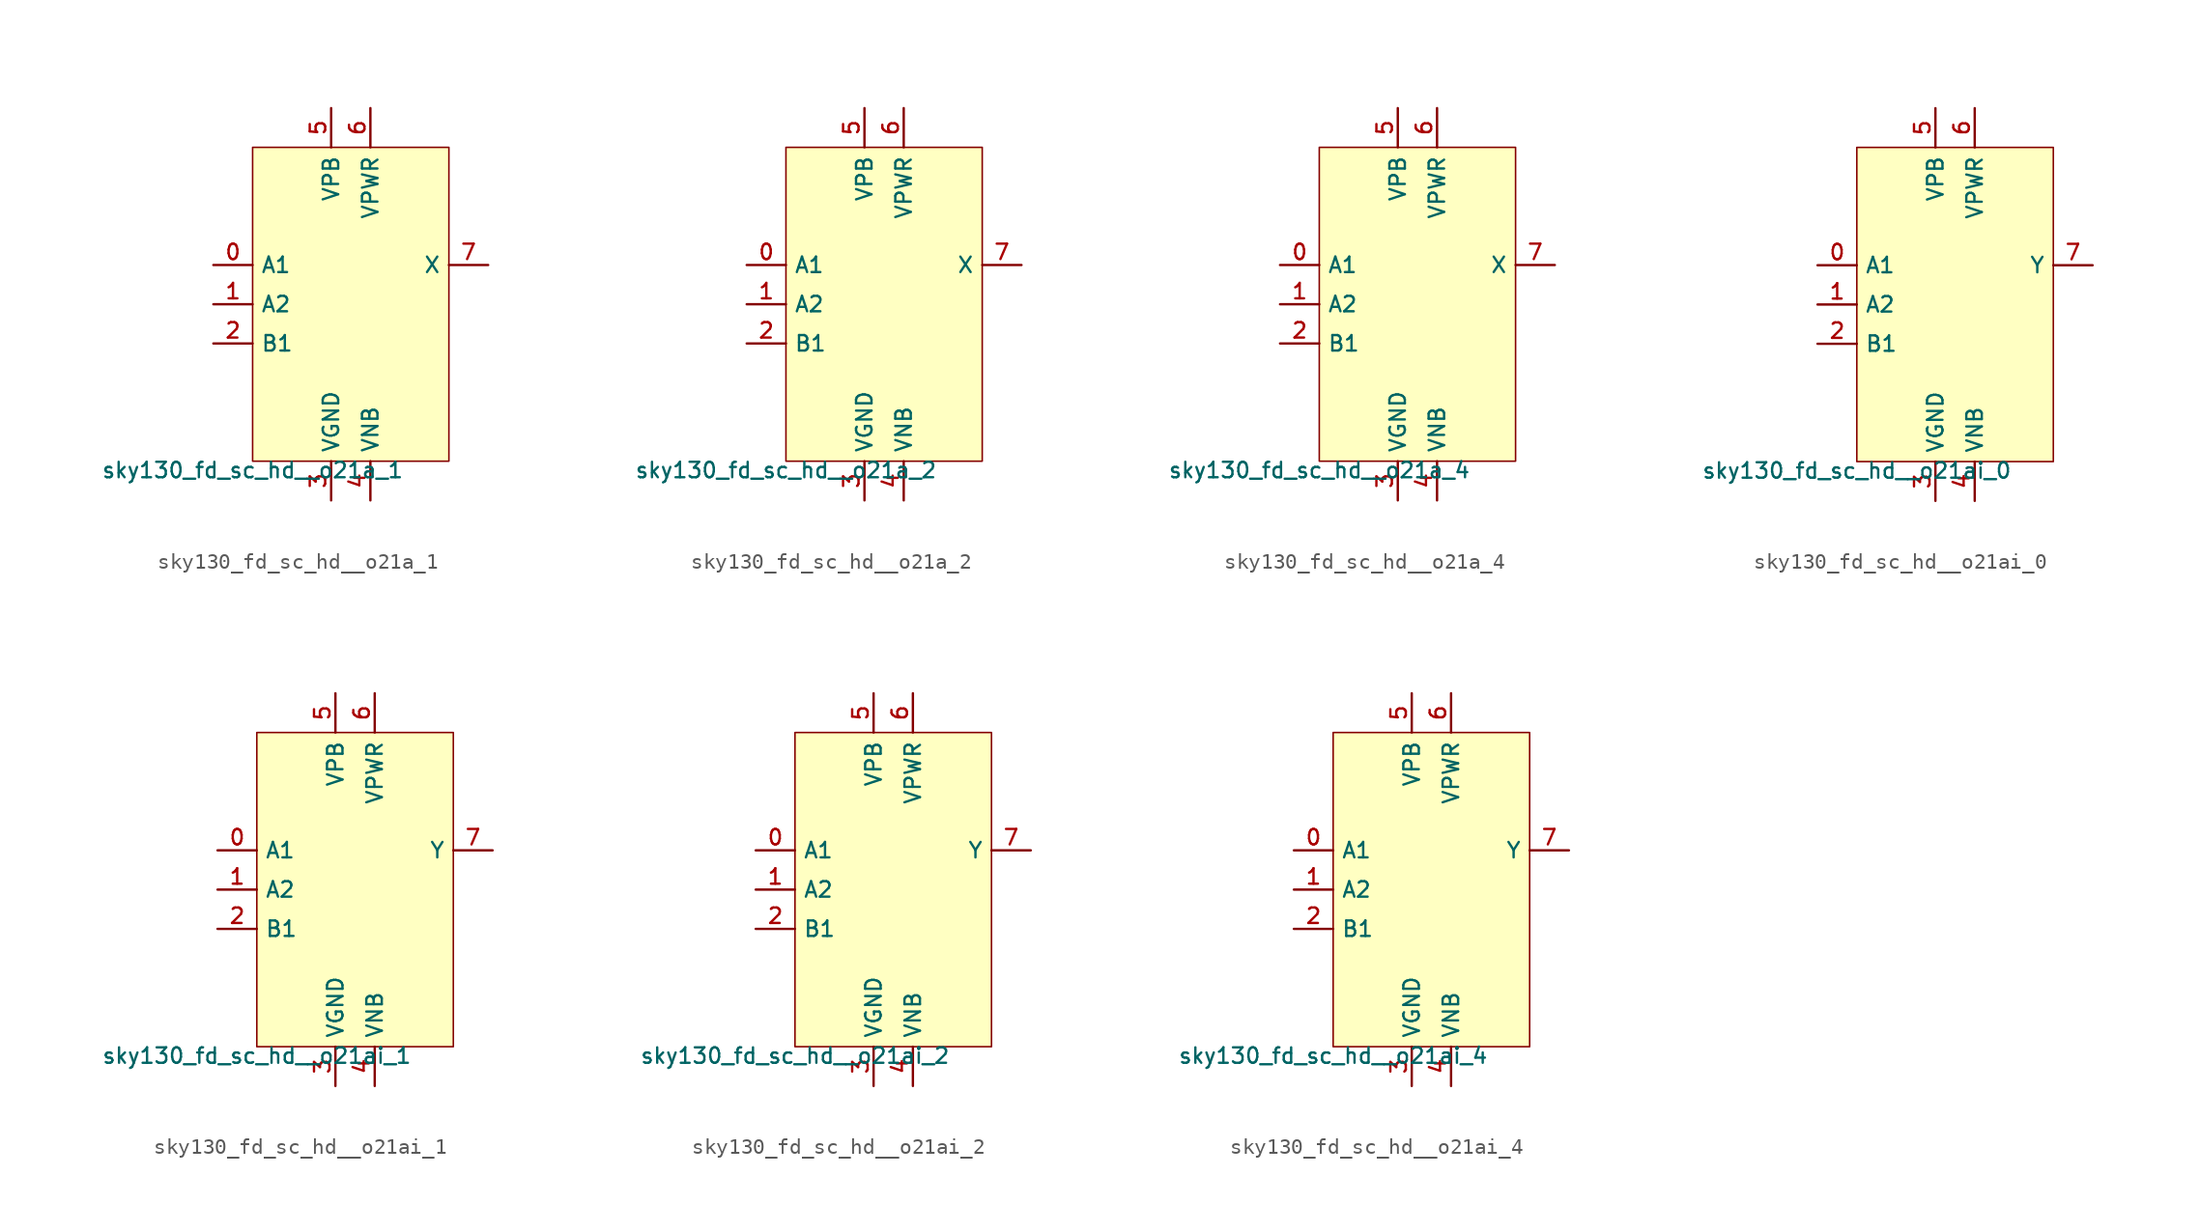
<source format=kicad_sym>
(kicad_symbol_lib
  (version 20211014)
  (generator lef2kicad_sym)
  (symbol "sky130_fd_sc_hd__o21a_1"
    (property "Reference" "X"
      (at 0 0 0)
      (effects (font (size 1 1)) hide))
    (property "Value" "sky130_fd_sc_hd__o21a_1"
      (at -6.35 -10.16 0)
      (effects (font (size 1 1)) (justify top)))
    (rectangle
      (start -6.35 -10.16)
      (end 6.35 10.16)
      (stroke (width 0.1) (type solid) (color 0 0 0 0))
      (fill (type background)))
    (pin input line
      (at -8.89 2.54 0)
      (length 2.54)
      (name "A1" (effects (font (size 1 1)) hide))
      (number "0" (effects (font (size 1 1)) hide)))
    (pin input line
      (at -8.89 0.0 0)
      (length 2.54)
      (name "A2" (effects (font (size 1 1)) hide))
      (number "1" (effects (font (size 1 1)) hide)))
    (pin input line
      (at -8.89 -2.54 0)
      (length 2.54)
      (name "B1" (effects (font (size 1 1)) hide))
      (number "2" (effects (font (size 1 1)) hide)))
    (pin power_in line
      (at -1.27 -12.7 90)
      (length 2.54)
      (name "VGND" (effects (font (size 1 1)) hide))
      (number "3" (effects (font (size 1 1)) hide)))
    (pin power_in line
      (at 1.27 -12.7 90)
      (length 2.54)
      (name "VNB" (effects (font (size 1 1)) hide))
      (number "4" (effects (font (size 1 1)) hide)))
    (pin power_in line
      (at -1.27 12.7 270)
      (length 2.54)
      (name "VPB" (effects (font (size 1 1)) hide))
      (number "5" (effects (font (size 1 1)) hide)))
    (pin power_in line
      (at 1.27 12.7 270)
      (length 2.54)
      (name "VPWR" (effects (font (size 1 1)) hide))
      (number "6" (effects (font (size 1 1)) hide)))
    (pin output line
      (at 8.89 2.54 180)
      (length 2.54)
      (name "X" (effects (font (size 1 1)) hide))
      (number "7" (effects (font (size 1 1)) hide))))
  (symbol "sky130_fd_sc_hd__o21a_2"
    (property "Reference" "X"
      (at 0 0 0)
      (effects (font (size 1 1)) hide))
    (property "Value" "sky130_fd_sc_hd__o21a_2"
      (at -6.35 -10.16 0)
      (effects (font (size 1 1)) (justify top)))
    (rectangle
      (start -6.35 -10.16)
      (end 6.35 10.16)
      (stroke (width 0.1) (type solid) (color 0 0 0 0))
      (fill (type background)))
    (pin input line
      (at -8.89 2.54 0)
      (length 2.54)
      (name "A1" (effects (font (size 1 1)) hide))
      (number "0" (effects (font (size 1 1)) hide)))
    (pin input line
      (at -8.89 0.0 0)
      (length 2.54)
      (name "A2" (effects (font (size 1 1)) hide))
      (number "1" (effects (font (size 1 1)) hide)))
    (pin input line
      (at -8.89 -2.54 0)
      (length 2.54)
      (name "B1" (effects (font (size 1 1)) hide))
      (number "2" (effects (font (size 1 1)) hide)))
    (pin power_in line
      (at -1.27 -12.7 90)
      (length 2.54)
      (name "VGND" (effects (font (size 1 1)) hide))
      (number "3" (effects (font (size 1 1)) hide)))
    (pin power_in line
      (at 1.27 -12.7 90)
      (length 2.54)
      (name "VNB" (effects (font (size 1 1)) hide))
      (number "4" (effects (font (size 1 1)) hide)))
    (pin power_in line
      (at -1.27 12.7 270)
      (length 2.54)
      (name "VPB" (effects (font (size 1 1)) hide))
      (number "5" (effects (font (size 1 1)) hide)))
    (pin power_in line
      (at 1.27 12.7 270)
      (length 2.54)
      (name "VPWR" (effects (font (size 1 1)) hide))
      (number "6" (effects (font (size 1 1)) hide)))
    (pin output line
      (at 8.89 2.54 180)
      (length 2.54)
      (name "X" (effects (font (size 1 1)) hide))
      (number "7" (effects (font (size 1 1)) hide))))
  (symbol "sky130_fd_sc_hd__o21a_4"
    (property "Reference" "X"
      (at 0 0 0)
      (effects (font (size 1 1)) hide))
    (property "Value" "sky130_fd_sc_hd__o21a_4"
      (at -6.35 -10.16 0)
      (effects (font (size 1 1)) (justify top)))
    (rectangle
      (start -6.35 -10.16)
      (end 6.35 10.16)
      (stroke (width 0.1) (type solid) (color 0 0 0 0))
      (fill (type background)))
    (pin input line
      (at -8.89 2.54 0)
      (length 2.54)
      (name "A1" (effects (font (size 1 1)) hide))
      (number "0" (effects (font (size 1 1)) hide)))
    (pin input line
      (at -8.89 0.0 0)
      (length 2.54)
      (name "A2" (effects (font (size 1 1)) hide))
      (number "1" (effects (font (size 1 1)) hide)))
    (pin input line
      (at -8.89 -2.54 0)
      (length 2.54)
      (name "B1" (effects (font (size 1 1)) hide))
      (number "2" (effects (font (size 1 1)) hide)))
    (pin power_in line
      (at -1.27 -12.7 90)
      (length 2.54)
      (name "VGND" (effects (font (size 1 1)) hide))
      (number "3" (effects (font (size 1 1)) hide)))
    (pin power_in line
      (at 1.27 -12.7 90)
      (length 2.54)
      (name "VNB" (effects (font (size 1 1)) hide))
      (number "4" (effects (font (size 1 1)) hide)))
    (pin power_in line
      (at -1.27 12.7 270)
      (length 2.54)
      (name "VPB" (effects (font (size 1 1)) hide))
      (number "5" (effects (font (size 1 1)) hide)))
    (pin power_in line
      (at 1.27 12.7 270)
      (length 2.54)
      (name "VPWR" (effects (font (size 1 1)) hide))
      (number "6" (effects (font (size 1 1)) hide)))
    (pin output line
      (at 8.89 2.54 180)
      (length 2.54)
      (name "X" (effects (font (size 1 1)) hide))
      (number "7" (effects (font (size 1 1)) hide))))
  (symbol "sky130_fd_sc_hd__o21ai_0"
    (property "Reference" "X"
      (at 0 0 0)
      (effects (font (size 1 1)) hide))
    (property "Value" "sky130_fd_sc_hd__o21ai_0"
      (at -6.35 -10.16 0)
      (effects (font (size 1 1)) (justify top)))
    (rectangle
      (start -6.35 -10.16)
      (end 6.35 10.16)
      (stroke (width 0.1) (type solid) (color 0 0 0 0))
      (fill (type background)))
    (pin input line
      (at -8.89 2.54 0)
      (length 2.54)
      (name "A1" (effects (font (size 1 1)) hide))
      (number "0" (effects (font (size 1 1)) hide)))
    (pin input line
      (at -8.89 0.0 0)
      (length 2.54)
      (name "A2" (effects (font (size 1 1)) hide))
      (number "1" (effects (font (size 1 1)) hide)))
    (pin input line
      (at -8.89 -2.54 0)
      (length 2.54)
      (name "B1" (effects (font (size 1 1)) hide))
      (number "2" (effects (font (size 1 1)) hide)))
    (pin power_in line
      (at -1.27 -12.7 90)
      (length 2.54)
      (name "VGND" (effects (font (size 1 1)) hide))
      (number "3" (effects (font (size 1 1)) hide)))
    (pin power_in line
      (at 1.27 -12.7 90)
      (length 2.54)
      (name "VNB" (effects (font (size 1 1)) hide))
      (number "4" (effects (font (size 1 1)) hide)))
    (pin power_in line
      (at -1.27 12.7 270)
      (length 2.54)
      (name "VPB" (effects (font (size 1 1)) hide))
      (number "5" (effects (font (size 1 1)) hide)))
    (pin power_in line
      (at 1.27 12.7 270)
      (length 2.54)
      (name "VPWR" (effects (font (size 1 1)) hide))
      (number "6" (effects (font (size 1 1)) hide)))
    (pin output line
      (at 8.89 2.54 180)
      (length 2.54)
      (name "Y" (effects (font (size 1 1)) hide))
      (number "7" (effects (font (size 1 1)) hide))))
  (symbol "sky130_fd_sc_hd__o21ai_1"
    (property "Reference" "X"
      (at 0 0 0)
      (effects (font (size 1 1)) hide))
    (property "Value" "sky130_fd_sc_hd__o21ai_1"
      (at -6.35 -10.16 0)
      (effects (font (size 1 1)) (justify top)))
    (rectangle
      (start -6.35 -10.16)
      (end 6.35 10.16)
      (stroke (width 0.1) (type solid) (color 0 0 0 0))
      (fill (type background)))
    (pin input line
      (at -8.89 2.54 0)
      (length 2.54)
      (name "A1" (effects (font (size 1 1)) hide))
      (number "0" (effects (font (size 1 1)) hide)))
    (pin input line
      (at -8.89 0.0 0)
      (length 2.54)
      (name "A2" (effects (font (size 1 1)) hide))
      (number "1" (effects (font (size 1 1)) hide)))
    (pin input line
      (at -8.89 -2.54 0)
      (length 2.54)
      (name "B1" (effects (font (size 1 1)) hide))
      (number "2" (effects (font (size 1 1)) hide)))
    (pin power_in line
      (at -1.27 -12.7 90)
      (length 2.54)
      (name "VGND" (effects (font (size 1 1)) hide))
      (number "3" (effects (font (size 1 1)) hide)))
    (pin power_in line
      (at 1.27 -12.7 90)
      (length 2.54)
      (name "VNB" (effects (font (size 1 1)) hide))
      (number "4" (effects (font (size 1 1)) hide)))
    (pin power_in line
      (at -1.27 12.7 270)
      (length 2.54)
      (name "VPB" (effects (font (size 1 1)) hide))
      (number "5" (effects (font (size 1 1)) hide)))
    (pin power_in line
      (at 1.27 12.7 270)
      (length 2.54)
      (name "VPWR" (effects (font (size 1 1)) hide))
      (number "6" (effects (font (size 1 1)) hide)))
    (pin output line
      (at 8.89 2.54 180)
      (length 2.54)
      (name "Y" (effects (font (size 1 1)) hide))
      (number "7" (effects (font (size 1 1)) hide))))
  (symbol "sky130_fd_sc_hd__o21ai_2"
    (property "Reference" "X"
      (at 0 0 0)
      (effects (font (size 1 1)) hide))
    (property "Value" "sky130_fd_sc_hd__o21ai_2"
      (at -6.35 -10.16 0)
      (effects (font (size 1 1)) (justify top)))
    (rectangle
      (start -6.35 -10.16)
      (end 6.35 10.16)
      (stroke (width 0.1) (type solid) (color 0 0 0 0))
      (fill (type background)))
    (pin input line
      (at -8.89 2.54 0)
      (length 2.54)
      (name "A1" (effects (font (size 1 1)) hide))
      (number "0" (effects (font (size 1 1)) hide)))
    (pin input line
      (at -8.89 0.0 0)
      (length 2.54)
      (name "A2" (effects (font (size 1 1)) hide))
      (number "1" (effects (font (size 1 1)) hide)))
    (pin input line
      (at -8.89 -2.54 0)
      (length 2.54)
      (name "B1" (effects (font (size 1 1)) hide))
      (number "2" (effects (font (size 1 1)) hide)))
    (pin power_in line
      (at -1.27 -12.7 90)
      (length 2.54)
      (name "VGND" (effects (font (size 1 1)) hide))
      (number "3" (effects (font (size 1 1)) hide)))
    (pin power_in line
      (at 1.27 -12.7 90)
      (length 2.54)
      (name "VNB" (effects (font (size 1 1)) hide))
      (number "4" (effects (font (size 1 1)) hide)))
    (pin power_in line
      (at -1.27 12.7 270)
      (length 2.54)
      (name "VPB" (effects (font (size 1 1)) hide))
      (number "5" (effects (font (size 1 1)) hide)))
    (pin power_in line
      (at 1.27 12.7 270)
      (length 2.54)
      (name "VPWR" (effects (font (size 1 1)) hide))
      (number "6" (effects (font (size 1 1)) hide)))
    (pin output line
      (at 8.89 2.54 180)
      (length 2.54)
      (name "Y" (effects (font (size 1 1)) hide))
      (number "7" (effects (font (size 1 1)) hide))))
  (symbol "sky130_fd_sc_hd__o21ai_4"
    (property "Reference" "X"
      (at 0 0 0)
      (effects (font (size 1 1)) hide))
    (property "Value" "sky130_fd_sc_hd__o21ai_4"
      (at -6.35 -10.16 0)
      (effects (font (size 1 1)) (justify top)))
    (rectangle
      (start -6.35 -10.16)
      (end 6.35 10.16)
      (stroke (width 0.1) (type solid) (color 0 0 0 0))
      (fill (type background)))
    (pin input line
      (at -8.89 2.54 0)
      (length 2.54)
      (name "A1" (effects (font (size 1 1)) hide))
      (number "0" (effects (font (size 1 1)) hide)))
    (pin input line
      (at -8.89 0.0 0)
      (length 2.54)
      (name "A2" (effects (font (size 1 1)) hide))
      (number "1" (effects (font (size 1 1)) hide)))
    (pin input line
      (at -8.89 -2.54 0)
      (length 2.54)
      (name "B1" (effects (font (size 1 1)) hide))
      (number "2" (effects (font (size 1 1)) hide)))
    (pin power_in line
      (at -1.27 -12.7 90)
      (length 2.54)
      (name "VGND" (effects (font (size 1 1)) hide))
      (number "3" (effects (font (size 1 1)) hide)))
    (pin power_in line
      (at 1.27 -12.7 90)
      (length 2.54)
      (name "VNB" (effects (font (size 1 1)) hide))
      (number "4" (effects (font (size 1 1)) hide)))
    (pin power_in line
      (at -1.27 12.7 270)
      (length 2.54)
      (name "VPB" (effects (font (size 1 1)) hide))
      (number "5" (effects (font (size 1 1)) hide)))
    (pin power_in line
      (at 1.27 12.7 270)
      (length 2.54)
      (name "VPWR" (effects (font (size 1 1)) hide))
      (number "6" (effects (font (size 1 1)) hide)))
    (pin output line
      (at 8.89 2.54 180)
      (length 2.54)
      (name "Y" (effects (font (size 1 1)) hide))
      (number "7" (effects (font (size 1 1)) hide)))))
</source>
